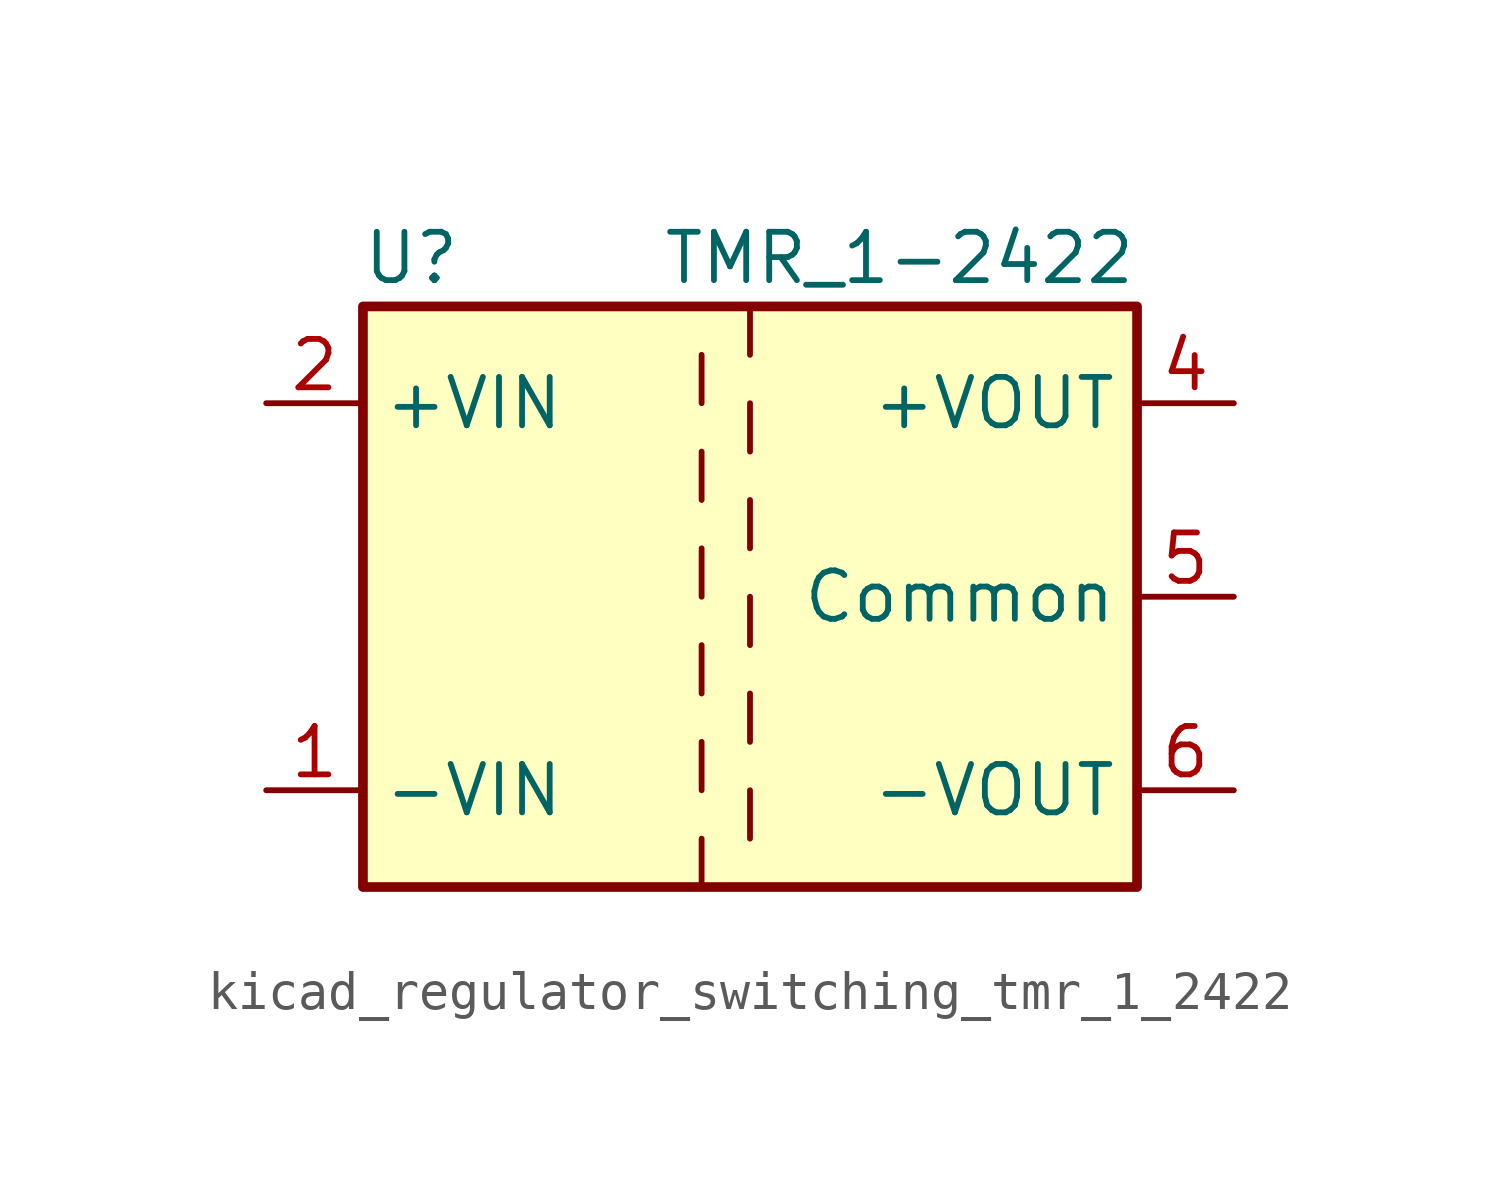
<source format=kicad_sym>
(kicad_symbol_lib
  (version 20220914)
  (generator kicad_symbol_editor)
  (symbol "kicad_regulator_switching_tmr_1_2422"
    (property "Reference" "U"
      (at -8.89 8.89 0)
      (effects (font (size 1.27 1.27))))
    (property "Value" "TMR_1-2422"
      (at 10.16 8.89 0)
      (effects (font (size 1.27 1.27)) (justify right)))
    (symbol "kicad_regulator_switching_tmr_1_2422_0_1"
      (rectangle (start -10.16 7.62) (end 10.16 -7.62) (stroke (width 0.254) (type default)) (fill (type background)))
      (polyline (pts (xy -1.27 -6.35) (xy -1.27 -7.62)) (stroke (width 0) (type default)) (fill (type none)))
      (polyline (pts (xy -1.27 -3.81) (xy -1.27 -5.08)) (stroke (width 0) (type default)) (fill (type none)))
      (polyline (pts (xy -1.27 -1.27) (xy -1.27 -2.54)) (stroke (width 0) (type default)) (fill (type none)))
      (polyline (pts (xy -1.27 1.27) (xy -1.27 0)) (stroke (width 0) (type default)) (fill (type none)))
      (polyline (pts (xy -1.27 3.81) (xy -1.27 2.54)) (stroke (width 0) (type default)) (fill (type none)))
      (polyline (pts (xy -1.27 6.35) (xy -1.27 5.08)) (stroke (width 0) (type default)) (fill (type none)))
      (polyline (pts (xy 0 -5.08) (xy 0 -6.35)) (stroke (width 0) (type default)) (fill (type none)))
      (polyline (pts (xy 0 -2.54) (xy 0 -3.81)) (stroke (width 0) (type default)) (fill (type none)))
      (polyline (pts (xy 0 0) (xy 0 -1.27)) (stroke (width 0) (type default)) (fill (type none)))
      (polyline (pts (xy 0 2.54) (xy 0 1.27)) (stroke (width 0) (type default)) (fill (type none)))
      (polyline (pts (xy 0 5.08) (xy 0 3.81)) (stroke (width 0) (type default)) (fill (type none)))
      (polyline (pts (xy 0 7.62) (xy 0 6.35)) (stroke (width 0) (type default)) (fill (type none))))
    (symbol "kicad_regulator_switching_tmr_1_2422_1_1"
      (pin power_in line (at -12.7 -5.08 0) (length 2.54) (name "-VIN" (effects (font (size 1.27 1.27)))) (number "1" (effects (font (size 1.27 1.27)))))
      (pin power_in line (at -12.7 5.08 0) (length 2.54) (name "+VIN" (effects (font (size 1.27 1.27)))) (number "2" (effects (font (size 1.27 1.27)))))
      (pin power_out line (at 12.7 5.08 180) (length 2.54) (name "+VOUT" (effects (font (size 1.27 1.27)))) (number "4" (effects (font (size 1.27 1.27)))))
      (pin power_out line (at 12.7 0 180) (length 2.54) (name "Common" (effects (font (size 1.27 1.27)))) (number "5" (effects (font (size 1.27 1.27)))))
      (pin power_out line (at 12.7 -5.08 180) (length 2.54) (name "-VOUT" (effects (font (size 1.27 1.27)))) (number "6" (effects (font (size 1.27 1.27))))))))
</source>
